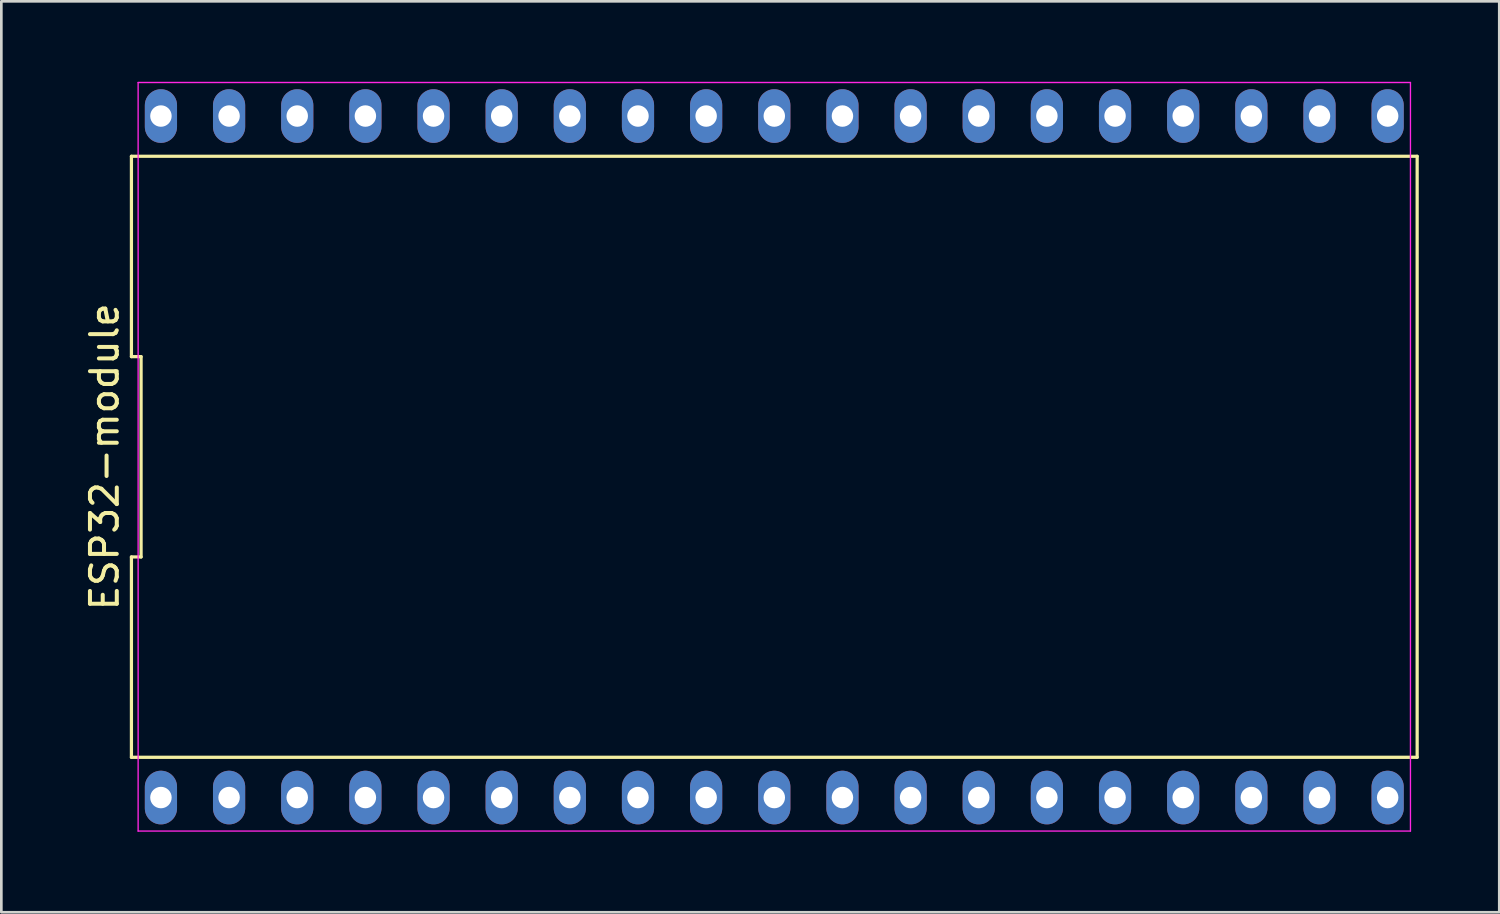
<source format=kicad_pcb>
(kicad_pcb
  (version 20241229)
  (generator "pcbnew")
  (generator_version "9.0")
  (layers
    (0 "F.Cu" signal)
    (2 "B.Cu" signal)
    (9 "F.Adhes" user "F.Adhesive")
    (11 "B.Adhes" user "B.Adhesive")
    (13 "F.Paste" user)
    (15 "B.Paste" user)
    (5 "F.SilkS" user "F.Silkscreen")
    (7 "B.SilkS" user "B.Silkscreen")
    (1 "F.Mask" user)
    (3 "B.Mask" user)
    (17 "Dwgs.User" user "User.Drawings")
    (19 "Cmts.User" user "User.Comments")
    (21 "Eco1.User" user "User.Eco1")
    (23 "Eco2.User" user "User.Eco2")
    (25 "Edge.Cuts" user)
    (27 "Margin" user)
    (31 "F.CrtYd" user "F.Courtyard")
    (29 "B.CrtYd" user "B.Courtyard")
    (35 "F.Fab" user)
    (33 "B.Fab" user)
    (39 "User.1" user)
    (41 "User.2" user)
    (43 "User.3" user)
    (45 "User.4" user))
  (footprint "ESP32-module"
    (layer "F.Cu")
    (at 25.808 13.975)
    (property "Reference" "ESP32-module" (at -24.96 0 90) (layer "F.SilkS") (effects (font (size 1 1) (thickness 0.15))))
    (fp_line (start -23.96 -11.2) (end -23.96 -3.733) (stroke (width 0.12) (type solid)) (layer "F.SilkS"))
    (fp_line (start -23.96 -3.733) (end -23.6 -3.733) (stroke (width 0.12) (type solid)) (layer "F.SilkS"))
    (fp_line (start -23.96 3.733) (end -23.96 11.2) (stroke (width 0.12) (type solid)) (layer "F.SilkS"))
    (fp_line (start -23.96 11.2) (end 23.96 11.2) (stroke (width 0.12) (type solid)) (layer "F.SilkS"))
    (fp_line (start -23.6 -3.733) (end -23.6 3.733) (stroke (width 0.12) (type solid)) (layer "F.SilkS"))
    (fp_line (start -23.6 3.733) (end -23.96 3.733) (stroke (width 0.12) (type solid)) (layer "F.SilkS"))
    (fp_line (start 23.96 -11.2) (end -23.96 -11.2) (stroke (width 0.12) (type solid)) (layer "F.SilkS"))
    (fp_line (start 23.96 11.2) (end 23.96 -11.2) (stroke (width 0.12) (type solid)) (layer "F.SilkS"))
    (fp_line (start -23.71 -13.95) (end 23.71 -13.95) (stroke (width 0.05) (type solid)) (layer "F.CrtYd"))
    (fp_line (start -23.71 13.95) (end -23.71 -13.95) (stroke (width 0.05) (type solid)) (layer "F.CrtYd"))
    (fp_line (start 23.71 -13.95) (end 23.71 13.95) (stroke (width 0.05) (type solid)) (layer "F.CrtYd"))
    (fp_line (start 23.71 13.95) (end -23.71 13.95) (stroke (width 0.05) (type solid)) (layer "F.CrtYd"))
    (pad "1" thru_hole oval (at -22.86 12.7) (size 1.2 2) (drill 0.8) (layers "*.Cu" "*.Mask"))
    (pad "2" thru_hole oval (at -20.32 12.7) (size 1.2 2) (drill 0.8) (layers "*.Cu" "*.Mask"))
    (pad "3" thru_hole oval (at -17.78 12.7) (size 1.2 2) (drill 0.8) (layers "*.Cu" "*.Mask"))
    (pad "4" thru_hole oval (at -15.24 12.7) (size 1.2 2) (drill 0.8) (layers "*.Cu" "*.Mask"))
    (pad "5" thru_hole oval (at -12.7 12.7) (size 1.2 2) (drill 0.8) (layers "*.Cu" "*.Mask"))
    (pad "6" thru_hole oval (at -10.16 12.7) (size 1.2 2) (drill 0.8) (layers "*.Cu" "*.Mask"))
    (pad "7" thru_hole oval (at -7.62 12.7) (size 1.2 2) (drill 0.8) (layers "*.Cu" "*.Mask"))
    (pad "8" thru_hole oval (at -5.08 12.7) (size 1.2 2) (drill 0.8) (layers "*.Cu" "*.Mask"))
    (pad "9" thru_hole oval (at -2.54 12.7) (size 1.2 2) (drill 0.8) (layers "*.Cu" "*.Mask"))
    (pad "10" thru_hole oval (at 0 12.7) (size 1.2 2) (drill 0.8) (layers "*.Cu" "*.Mask"))
    (pad "11" thru_hole oval (at 2.54 12.7) (size 1.2 2) (drill 0.8) (layers "*.Cu" "*.Mask"))
    (pad "12" thru_hole oval (at 5.08 12.7) (size 1.2 2) (drill 0.8) (layers "*.Cu" "*.Mask"))
    (pad "13" thru_hole oval (at 7.62 12.7) (size 1.2 2) (drill 0.8) (layers "*.Cu" "*.Mask"))
    (pad "14" thru_hole oval (at 10.16 12.7) (size 1.2 2) (drill 0.8) (layers "*.Cu" "*.Mask"))
    (pad "15" thru_hole oval (at 12.7 12.7) (size 1.2 2) (drill 0.8) (layers "*.Cu" "*.Mask"))
    (pad "16" thru_hole oval (at 15.24 12.7) (size 1.2 2) (drill 0.8) (layers "*.Cu" "*.Mask"))
    (pad "17" thru_hole oval (at 17.78 12.7) (size 1.2 2) (drill 0.8) (layers "*.Cu" "*.Mask"))
    (pad "18" thru_hole oval (at 20.32 12.7) (size 1.2 2) (drill 0.8) (layers "*.Cu" "*.Mask"))
    (pad "19" thru_hole oval (at 22.86 12.7) (size 1.2 2) (drill 0.8) (layers "*.Cu" "*.Mask"))
    (pad "20" thru_hole oval (at 22.86 -12.7) (size 1.2 2) (drill 0.8) (layers "*.Cu" "*.Mask"))
    (pad "21" thru_hole oval (at 20.32 -12.7) (size 1.2 2) (drill 0.8) (layers "*.Cu" "*.Mask"))
    (pad "22" thru_hole oval (at 17.78 -12.7) (size 1.2 2) (drill 0.8) (layers "*.Cu" "*.Mask"))
    (pad "23" thru_hole oval (at 15.24 -12.7) (size 1.2 2) (drill 0.8) (layers "*.Cu" "*.Mask"))
    (pad "24" thru_hole oval (at 12.7 -12.7) (size 1.2 2) (drill 0.8) (layers "*.Cu" "*.Mask"))
    (pad "25" thru_hole oval (at 10.16 -12.7) (size 1.2 2) (drill 0.8) (layers "*.Cu" "*.Mask"))
    (pad "26" thru_hole oval (at 7.62 -12.7) (size 1.2 2) (drill 0.8) (layers "*.Cu" "*.Mask"))
    (pad "27" thru_hole oval (at 5.08 -12.7) (size 1.2 2) (drill 0.8) (layers "*.Cu" "*.Mask"))
    (pad "28" thru_hole oval (at 2.54 -12.7) (size 1.2 2) (drill 0.8) (layers "*.Cu" "*.Mask"))
    (pad "29" thru_hole oval (at 0 -12.7) (size 1.2 2) (drill 0.8) (layers "*.Cu" "*.Mask"))
    (pad "30" thru_hole oval (at -2.54 -12.7) (size 1.2 2) (drill 0.8) (layers "*.Cu" "*.Mask"))
    (pad "31" thru_hole oval (at -5.08 -12.7) (size 1.2 2) (drill 0.8) (layers "*.Cu" "*.Mask"))
    (pad "32" thru_hole oval (at -7.62 -12.7) (size 1.2 2) (drill 0.8) (layers "*.Cu" "*.Mask"))
    (pad "33" thru_hole oval (at -10.16 -12.7) (size 1.2 2) (drill 0.8) (layers "*.Cu" "*.Mask"))
    (pad "34" thru_hole oval (at -12.7 -12.7) (size 1.2 2) (drill 0.8) (layers "*.Cu" "*.Mask"))
    (pad "35" thru_hole oval (at -15.24 -12.7) (size 1.2 2) (drill 0.8) (layers "*.Cu" "*.Mask"))
    (pad "36" thru_hole oval (at -17.78 -12.7) (size 1.2 2) (drill 0.8) (layers "*.Cu" "*.Mask"))
    (pad "37" thru_hole oval (at -20.32 -12.7) (size 1.2 2) (drill 0.8) (layers "*.Cu" "*.Mask"))
    (pad "38" thru_hole oval (at -22.86 -12.7) (size 1.2 2) (drill 0.8) (layers "*.Cu" "*.Mask")))
  (gr_rect
    (start -3 -3)
    (end 52.828 30.95)
    (stroke (width 0.1) (type default))
    (fill no)
    (layer "Edge.Cuts")))
</source>
